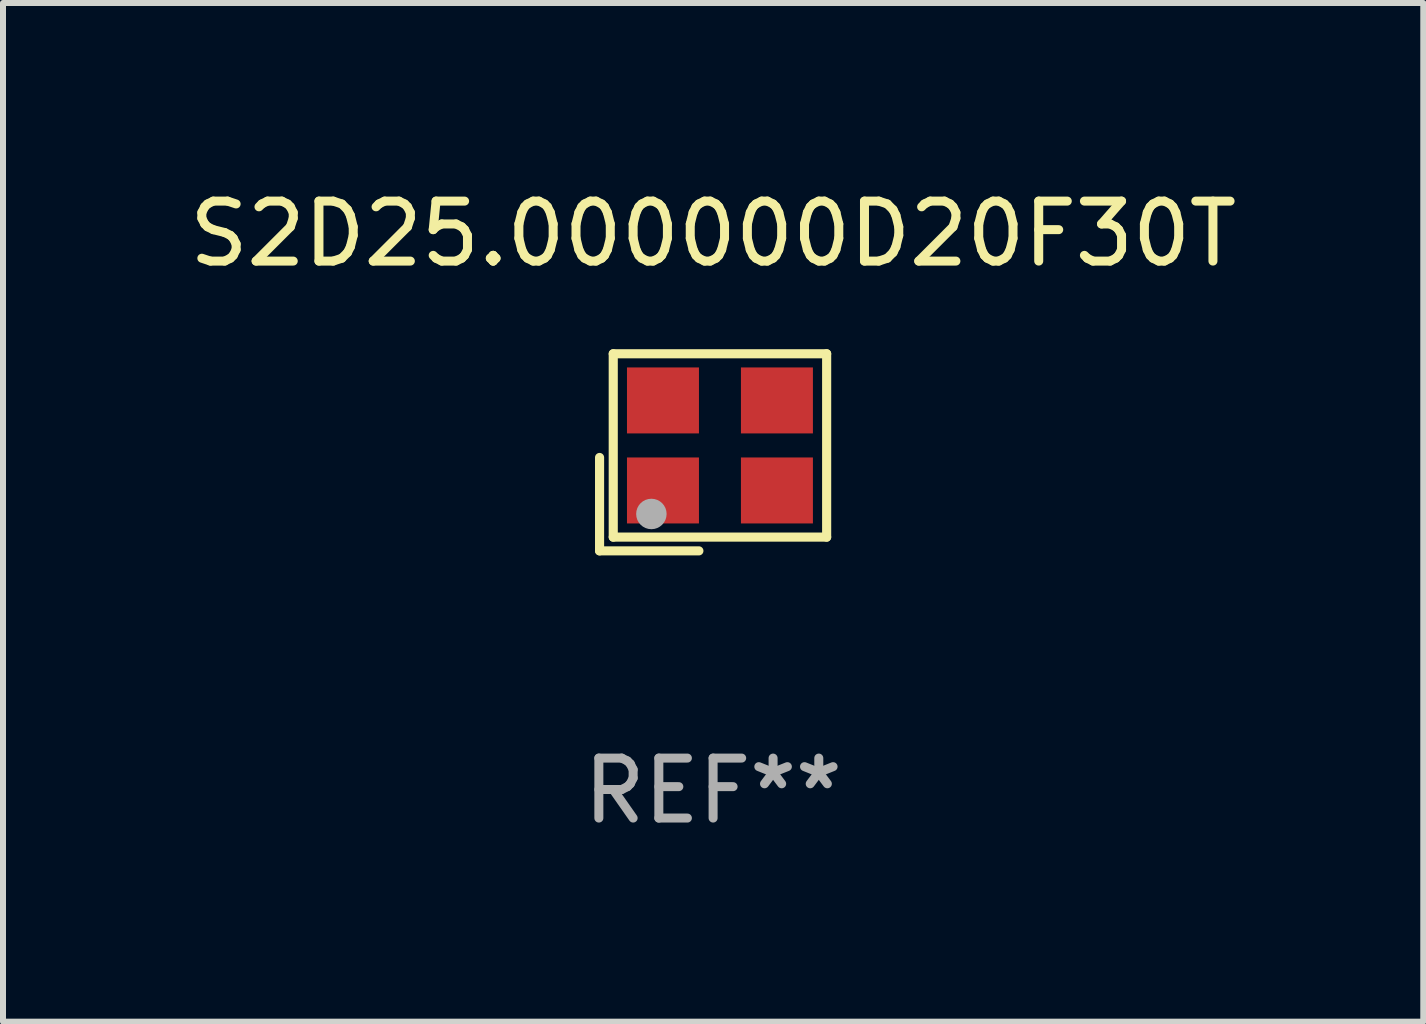
<source format=kicad_pcb>
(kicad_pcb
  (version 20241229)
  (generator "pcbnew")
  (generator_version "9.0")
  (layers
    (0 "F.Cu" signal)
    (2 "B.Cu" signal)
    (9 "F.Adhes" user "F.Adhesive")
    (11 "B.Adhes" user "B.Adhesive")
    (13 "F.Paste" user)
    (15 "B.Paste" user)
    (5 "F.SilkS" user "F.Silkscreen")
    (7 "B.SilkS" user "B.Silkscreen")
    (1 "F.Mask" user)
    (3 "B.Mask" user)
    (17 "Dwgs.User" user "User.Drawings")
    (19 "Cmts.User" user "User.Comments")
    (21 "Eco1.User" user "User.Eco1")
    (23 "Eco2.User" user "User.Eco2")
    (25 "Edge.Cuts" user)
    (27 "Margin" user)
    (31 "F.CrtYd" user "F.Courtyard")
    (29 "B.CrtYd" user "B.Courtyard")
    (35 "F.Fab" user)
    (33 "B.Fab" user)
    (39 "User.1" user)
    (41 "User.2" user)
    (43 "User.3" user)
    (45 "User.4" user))
  (footprint "S2D25.000000D20F30T"
    (layer "F.Cu")
    (at 8.839 4.491)
    (property "Reference" "S2D25.000000D20F30T" (at 0 -3.643 0) (layer "F.SilkS") (effects (font (size 1 1) (thickness 0.15))))
    (attr through_hole)
    (fp_line (start -1.893 0.086) (end -1.893 1.643) (stroke (width 0.152) (type solid)) (layer "F.SilkS"))
    (fp_line (start -1.893 1.643) (end -0.237 1.643) (stroke (width 0.152) (type solid)) (layer "F.SilkS"))
    (fp_line (start -1.665 -1.643) (end 1.893 -1.643) (stroke (width 0.152) (type solid)) (layer "F.SilkS"))
    (fp_line (start -1.665 1.414) (end -1.665 -1.643) (stroke (width 0.152) (type solid)) (layer "F.SilkS"))
    (fp_line (start 1.893 -1.643) (end 1.893 1.414) (stroke (width 0.152) (type solid)) (layer "F.SilkS"))
    (fp_line (start 1.893 1.414) (end -1.665 1.414) (stroke (width 0.152) (type solid)) (layer "F.SilkS"))
    (fp_circle (center -1.136 0.885) (end -1.106 0.885) (stroke (width 0.06) (type solid)) (fill no) (layer "F.SilkS"))
    (fp_circle (center -1.029 1.028) (end -0.902 1.028) (stroke (width 0.254) (type solid)) (fill no) (layer "F.Fab"))
    (fp_text user "REF**" (at 0 5.643 0) (layer "F.Fab") (effects (font (size 1 1) (thickness 0.15))))
    (pad "1" smd rect (at -0.836 0.636) (size 1.2 1.1) (layers "F.Cu" "F.Mask" "F.Paste"))
    (pad "2" smd rect (at 1.064 0.636) (size 1.2 1.1) (layers "F.Cu" "F.Mask" "F.Paste"))
    (pad "3" smd rect (at 1.064 -0.865) (size 1.2 1.1) (layers "F.Cu" "F.Mask" "F.Paste"))
    (pad "4" smd rect (at -0.836 -0.865) (size 1.2 1.1) (layers "F.Cu" "F.Mask" "F.Paste")))
  (gr_rect
    (start -3 -3)
    (end 20.679 13.983)
    (stroke (width 0.1) (type default))
    (fill no)
    (layer "Edge.Cuts")))
</source>
